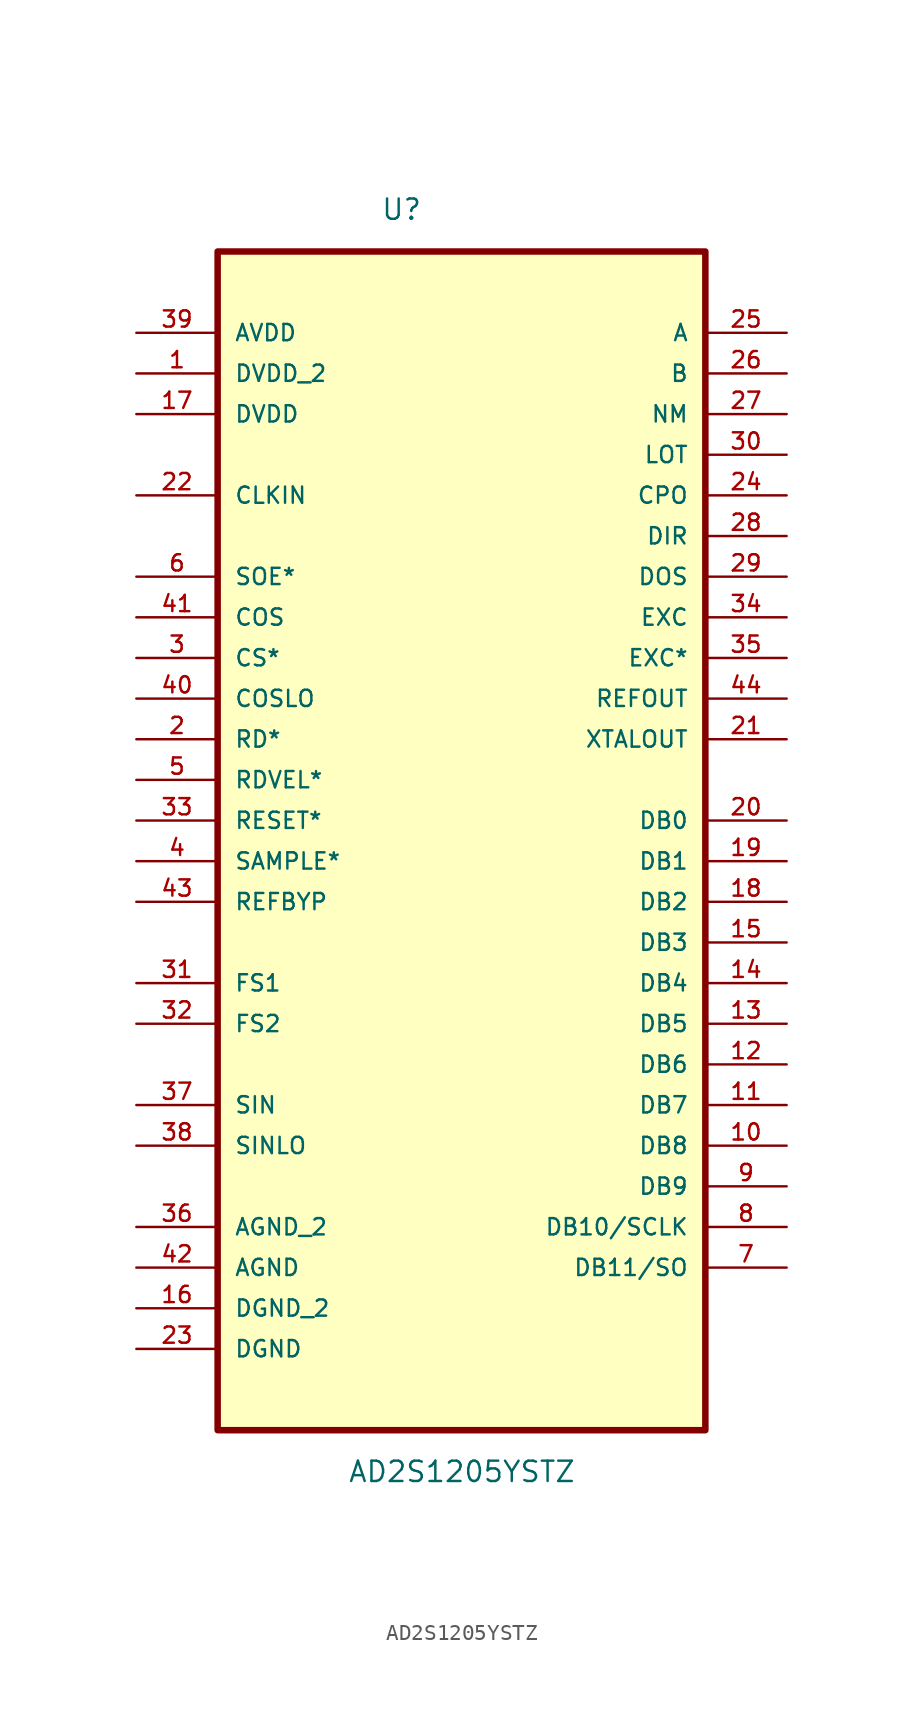
<source format=kicad_sym>
(kicad_symbol_lib
  (version 20211014)
  (generator kicad_symbol_editor)
  (symbol "AD2S1205YSTZ"
    (pin_names
      (offset 1.016))
    (property "Reference" "U"
      (at -5.055 34.9 0.0)
      (effects (font (size 1.27 1.27)) (justify bottom left)))
    (property "Value" "AD2S1205YSTZ"
      (at -7.118 -43.978 0.0)
      (effects (font (size 1.27 1.27)) (justify bottom left)))
    (symbol "AD2S1205YSTZ_0_0"
      (rectangle (start -15.24 -40.64) (end 15.24 33.02) (stroke (width 0.406)) (fill (type background)))
      (pin power_in line (at -20.32 27.94 0) (length 5.08) (name "AVDD" (effects (font (size 1.016 1.016)))) (number "39" (effects (font (size 1.016 1.016)))))
      (pin power_in line (at -20.32 25.4 0) (length 5.08) (name "DVDD_2" (effects (font (size 1.016 1.016)))) (number "1" (effects (font (size 1.016 1.016)))))
      (pin power_in line (at -20.32 22.86 0) (length 5.08) (name "DVDD" (effects (font (size 1.016 1.016)))) (number "17" (effects (font (size 1.016 1.016)))))
      (pin input line (at -20.32 17.78 0) (length 5.08) (name "CLKIN" (effects (font (size 1.016 1.016)))) (number "22" (effects (font (size 1.016 1.016)))))
      (pin input line (at -20.32 12.7 0) (length 5.08) (name "SOE*" (effects (font (size 1.016 1.016)))) (number "6" (effects (font (size 1.016 1.016)))))
      (pin input line (at -20.32 10.16 0) (length 5.08) (name "COS" (effects (font (size 1.016 1.016)))) (number "41" (effects (font (size 1.016 1.016)))))
      (pin input line (at -20.32 7.62 0) (length 5.08) (name "CS*" (effects (font (size 1.016 1.016)))) (number "3" (effects (font (size 1.016 1.016)))))
      (pin input line (at -20.32 5.08 0) (length 5.08) (name "COSLO" (effects (font (size 1.016 1.016)))) (number "40" (effects (font (size 1.016 1.016)))))
      (pin input line (at -20.32 2.54 0) (length 5.08) (name "RD*" (effects (font (size 1.016 1.016)))) (number "2" (effects (font (size 1.016 1.016)))))
      (pin input line (at -20.32 0.0 0) (length 5.08) (name "RDVEL*" (effects (font (size 1.016 1.016)))) (number "5" (effects (font (size 1.016 1.016)))))
      (pin input line (at -20.32 -2.54 0) (length 5.08) (name "RESET*" (effects (font (size 1.016 1.016)))) (number "33" (effects (font (size 1.016 1.016)))))
      (pin input line (at -20.32 -5.08 0) (length 5.08) (name "SAMPLE*" (effects (font (size 1.016 1.016)))) (number "4" (effects (font (size 1.016 1.016)))))
      (pin passive line (at -20.32 -7.62 0) (length 5.08) (name "REFBYP" (effects (font (size 1.016 1.016)))) (number "43" (effects (font (size 1.016 1.016)))))
      (pin input line (at -20.32 -12.7 0) (length 5.08) (name "FS1" (effects (font (size 1.016 1.016)))) (number "31" (effects (font (size 1.016 1.016)))))
      (pin input line (at -20.32 -15.24 0) (length 5.08) (name "FS2" (effects (font (size 1.016 1.016)))) (number "32" (effects (font (size 1.016 1.016)))))
      (pin input line (at -20.32 -20.32 0) (length 5.08) (name "SIN" (effects (font (size 1.016 1.016)))) (number "37" (effects (font (size 1.016 1.016)))))
      (pin input line (at -20.32 -22.86 0) (length 5.08) (name "SINLO" (effects (font (size 1.016 1.016)))) (number "38" (effects (font (size 1.016 1.016)))))
      (pin passive line (at -20.32 -27.94 0) (length 5.08) (name "AGND_2" (effects (font (size 1.016 1.016)))) (number "36" (effects (font (size 1.016 1.016)))))
      (pin passive line (at -20.32 -30.48 0) (length 5.08) (name "AGND" (effects (font (size 1.016 1.016)))) (number "42" (effects (font (size 1.016 1.016)))))
      (pin passive line (at -20.32 -33.02 0) (length 5.08) (name "DGND_2" (effects (font (size 1.016 1.016)))) (number "16" (effects (font (size 1.016 1.016)))))
      (pin passive line (at -20.32 -35.56 0) (length 5.08) (name "DGND" (effects (font (size 1.016 1.016)))) (number "23" (effects (font (size 1.016 1.016)))))
      (pin output line (at 20.32 27.94 180.0) (length 5.08) (name "A" (effects (font (size 1.016 1.016)))) (number "25" (effects (font (size 1.016 1.016)))))
      (pin output line (at 20.32 25.4 180.0) (length 5.08) (name "B" (effects (font (size 1.016 1.016)))) (number "26" (effects (font (size 1.016 1.016)))))
      (pin output line (at 20.32 22.86 180.0) (length 5.08) (name "NM" (effects (font (size 1.016 1.016)))) (number "27" (effects (font (size 1.016 1.016)))))
      (pin output line (at 20.32 20.32 180.0) (length 5.08) (name "LOT" (effects (font (size 1.016 1.016)))) (number "30" (effects (font (size 1.016 1.016)))))
      (pin output line (at 20.32 17.78 180.0) (length 5.08) (name "CPO" (effects (font (size 1.016 1.016)))) (number "24" (effects (font (size 1.016 1.016)))))
      (pin output line (at 20.32 15.24 180.0) (length 5.08) (name "DIR" (effects (font (size 1.016 1.016)))) (number "28" (effects (font (size 1.016 1.016)))))
      (pin output line (at 20.32 12.7 180.0) (length 5.08) (name "DOS" (effects (font (size 1.016 1.016)))) (number "29" (effects (font (size 1.016 1.016)))))
      (pin output line (at 20.32 10.16 180.0) (length 5.08) (name "EXC" (effects (font (size 1.016 1.016)))) (number "34" (effects (font (size 1.016 1.016)))))
      (pin output line (at 20.32 7.62 180.0) (length 5.08) (name "EXC*" (effects (font (size 1.016 1.016)))) (number "35" (effects (font (size 1.016 1.016)))))
      (pin output line (at 20.32 5.08 180.0) (length 5.08) (name "REFOUT" (effects (font (size 1.016 1.016)))) (number "44" (effects (font (size 1.016 1.016)))))
      (pin output line (at 20.32 2.54 180.0) (length 5.08) (name "XTALOUT" (effects (font (size 1.016 1.016)))) (number "21" (effects (font (size 1.016 1.016)))))
      (pin output line (at 20.32 -2.54 180.0) (length 5.08) (name "DB0" (effects (font (size 1.016 1.016)))) (number "20" (effects (font (size 1.016 1.016)))))
      (pin output line (at 20.32 -5.08 180.0) (length 5.08) (name "DB1" (effects (font (size 1.016 1.016)))) (number "19" (effects (font (size 1.016 1.016)))))
      (pin output line (at 20.32 -7.62 180.0) (length 5.08) (name "DB2" (effects (font (size 1.016 1.016)))) (number "18" (effects (font (size 1.016 1.016)))))
      (pin output line (at 20.32 -10.16 180.0) (length 5.08) (name "DB3" (effects (font (size 1.016 1.016)))) (number "15" (effects (font (size 1.016 1.016)))))
      (pin output line (at 20.32 -12.7 180.0) (length 5.08) (name "DB4" (effects (font (size 1.016 1.016)))) (number "14" (effects (font (size 1.016 1.016)))))
      (pin output line (at 20.32 -15.24 180.0) (length 5.08) (name "DB5" (effects (font (size 1.016 1.016)))) (number "13" (effects (font (size 1.016 1.016)))))
      (pin output line (at 20.32 -17.78 180.0) (length 5.08) (name "DB6" (effects (font (size 1.016 1.016)))) (number "12" (effects (font (size 1.016 1.016)))))
      (pin output line (at 20.32 -20.32 180.0) (length 5.08) (name "DB7" (effects (font (size 1.016 1.016)))) (number "11" (effects (font (size 1.016 1.016)))))
      (pin output line (at 20.32 -22.86 180.0) (length 5.08) (name "DB8" (effects (font (size 1.016 1.016)))) (number "10" (effects (font (size 1.016 1.016)))))
      (pin output line (at 20.32 -25.4 180.0) (length 5.08) (name "DB9" (effects (font (size 1.016 1.016)))) (number "9" (effects (font (size 1.016 1.016)))))
      (pin output line (at 20.32 -27.94 180.0) (length 5.08) (name "DB10/SCLK" (effects (font (size 1.016 1.016)))) (number "8" (effects (font (size 1.016 1.016)))))
      (pin output line (at 20.32 -30.48 180.0) (length 5.08) (name "DB11/SO" (effects (font (size 1.016 1.016)))) (number "7" (effects (font (size 1.016 1.016))))))))
</source>
